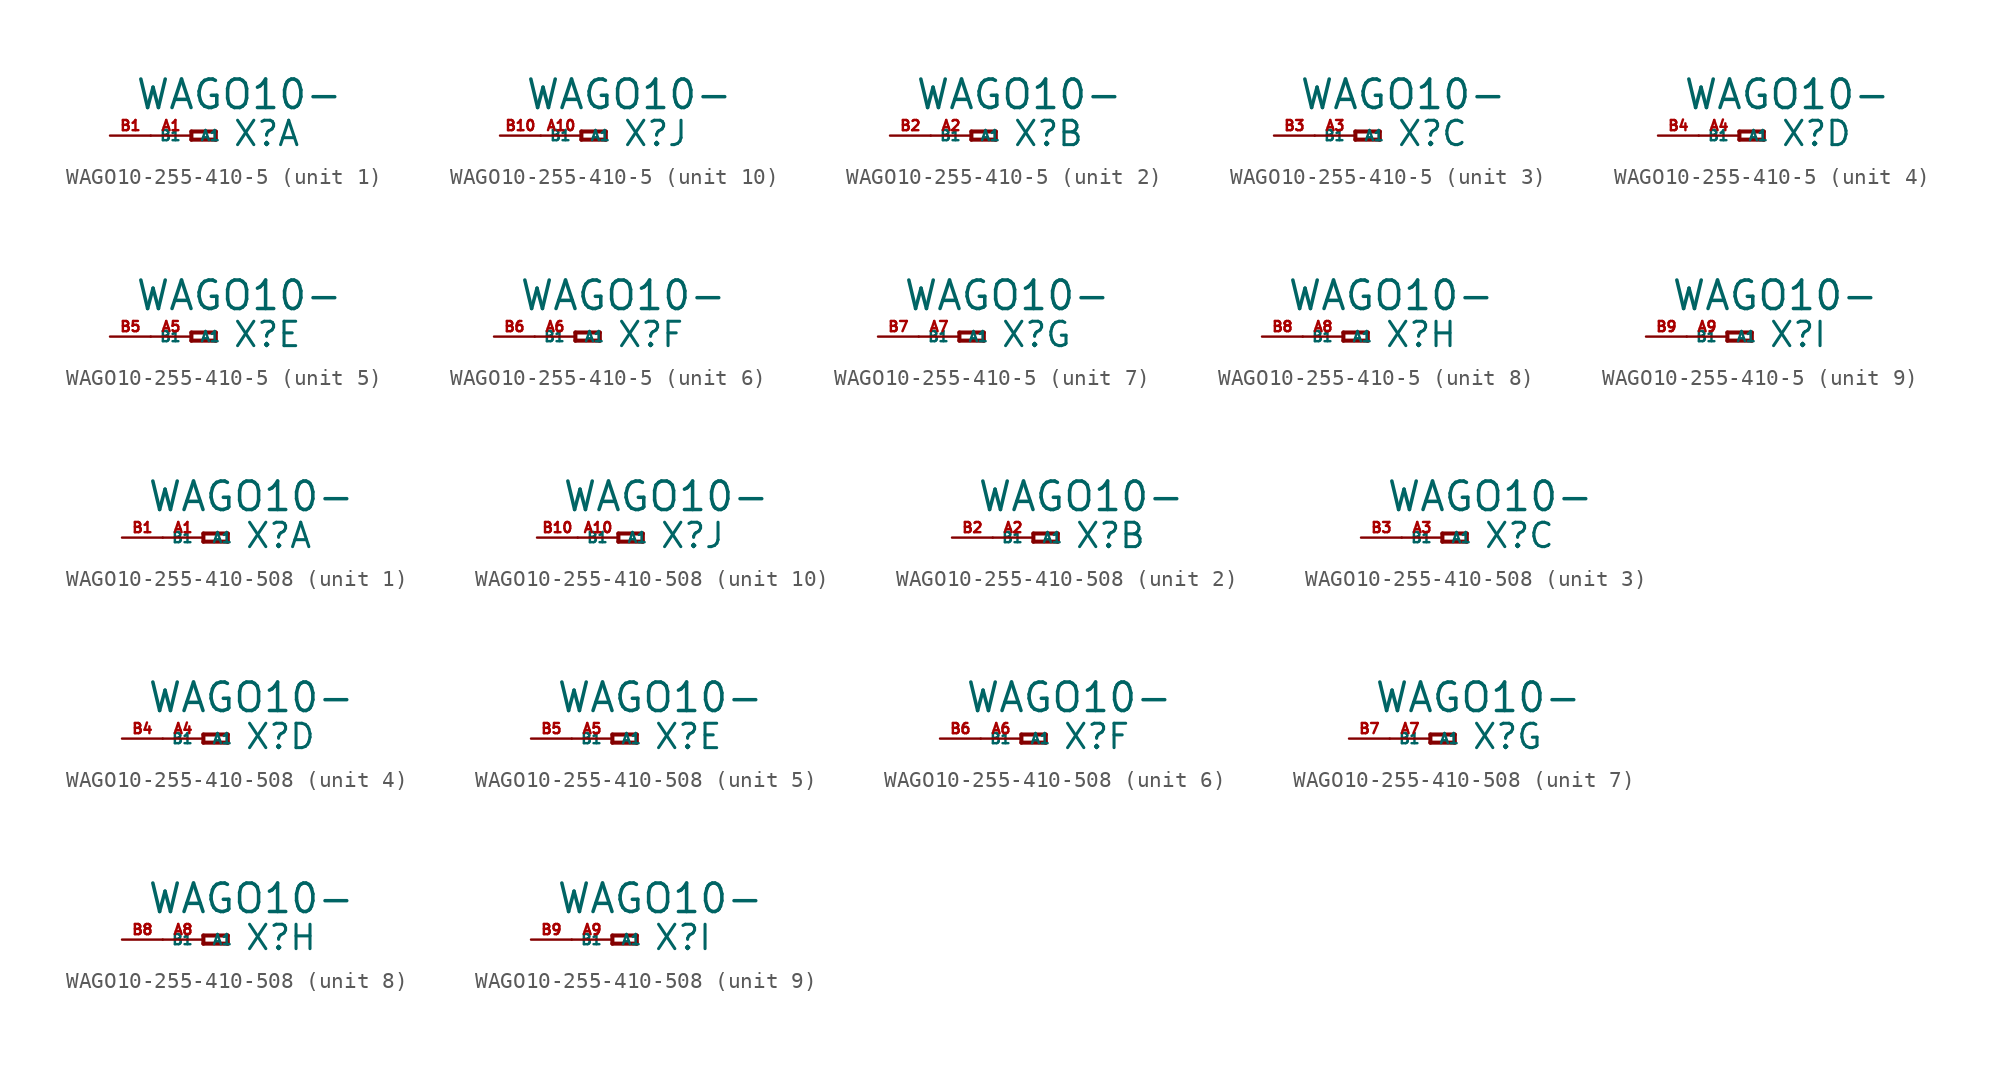
<source format=kicad_sym>
(kicad_symbol_lib
  (version 20220914)
  (generator Eagle2Kicad)
  (symbol "WAGO10-255-410-5"
    (property "Reference" "X"
      (at 2.54 -0.762 0)
      (effects (font (size 1.524 1.524) (thickness 0.19)) (justify left bottom)))
    (property "Value" "WAGO10-"
      (at -3.556 1.524 0)
      (effects (font (size 1.778 1.778) (thickness 0.22)) (justify left bottom)))
    (symbol "WAGO10-255-410-5_1_0"
      (polyline (pts (xy 0 0.254) (xy 0 -0.254)) (stroke (width 0.254) (type default)) (fill (type none)))
      (polyline (pts (xy 0 -0.254) (xy 1.524 -0.254)) (stroke (width 0.254) (type default)) (fill (type none)))
      (polyline (pts (xy 1.524 -0.254) (xy 1.524 0.254)) (stroke (width 0.254) (type default)) (fill (type none)))
      (polyline (pts (xy 1.524 0.254) (xy 0 0.254)) (stroke (width 0.254) (type default)) (fill (type none)))
      (pin passive line (at -2.54 0 0) (length 2.54) (name "A1" (effects (font (size 0.635 0.635) (thickness 0.08)) (justify left bottom))) (number "A1" (effects (font (size 0.635 0.635) (thickness 0.08)) (justify left bottom))))
      (pin passive line (at -5.08 0 0) (length 2.54) (name "B1" (effects (font (size 0.635 0.635) (thickness 0.08)) (justify left bottom))) (number "B1" (effects (font (size 0.635 0.635) (thickness 0.08)) (justify left bottom)))))
    (symbol "WAGO10-255-410-5_2_0"
      (polyline (pts (xy 0 0.254) (xy 0 -0.254)) (stroke (width 0.254) (type default)) (fill (type none)))
      (polyline (pts (xy 0 -0.254) (xy 1.524 -0.254)) (stroke (width 0.254) (type default)) (fill (type none)))
      (polyline (pts (xy 1.524 -0.254) (xy 1.524 0.254)) (stroke (width 0.254) (type default)) (fill (type none)))
      (polyline (pts (xy 1.524 0.254) (xy 0 0.254)) (stroke (width 0.254) (type default)) (fill (type none)))
      (pin passive line (at -2.54 0 0) (length 2.54) (name "A1" (effects (font (size 0.635 0.635) (thickness 0.08)) (justify left bottom))) (number "A2" (effects (font (size 0.635 0.635) (thickness 0.08)) (justify left bottom))))
      (pin passive line (at -5.08 0 0) (length 2.54) (name "B1" (effects (font (size 0.635 0.635) (thickness 0.08)) (justify left bottom))) (number "B2" (effects (font (size 0.635 0.635) (thickness 0.08)) (justify left bottom)))))
    (symbol "WAGO10-255-410-5_3_0"
      (polyline (pts (xy 0 0.254) (xy 0 -0.254)) (stroke (width 0.254) (type default)) (fill (type none)))
      (polyline (pts (xy 0 -0.254) (xy 1.524 -0.254)) (stroke (width 0.254) (type default)) (fill (type none)))
      (polyline (pts (xy 1.524 -0.254) (xy 1.524 0.254)) (stroke (width 0.254) (type default)) (fill (type none)))
      (polyline (pts (xy 1.524 0.254) (xy 0 0.254)) (stroke (width 0.254) (type default)) (fill (type none)))
      (pin passive line (at -2.54 0 0) (length 2.54) (name "A1" (effects (font (size 0.635 0.635) (thickness 0.08)) (justify left bottom))) (number "A3" (effects (font (size 0.635 0.635) (thickness 0.08)) (justify left bottom))))
      (pin passive line (at -5.08 0 0) (length 2.54) (name "B1" (effects (font (size 0.635 0.635) (thickness 0.08)) (justify left bottom))) (number "B3" (effects (font (size 0.635 0.635) (thickness 0.08)) (justify left bottom)))))
    (symbol "WAGO10-255-410-5_4_0"
      (polyline (pts (xy 0 0.254) (xy 0 -0.254)) (stroke (width 0.254) (type default)) (fill (type none)))
      (polyline (pts (xy 0 -0.254) (xy 1.524 -0.254)) (stroke (width 0.254) (type default)) (fill (type none)))
      (polyline (pts (xy 1.524 -0.254) (xy 1.524 0.254)) (stroke (width 0.254) (type default)) (fill (type none)))
      (polyline (pts (xy 1.524 0.254) (xy 0 0.254)) (stroke (width 0.254) (type default)) (fill (type none)))
      (pin passive line (at -2.54 0 0) (length 2.54) (name "A1" (effects (font (size 0.635 0.635) (thickness 0.08)) (justify left bottom))) (number "A4" (effects (font (size 0.635 0.635) (thickness 0.08)) (justify left bottom))))
      (pin passive line (at -5.08 0 0) (length 2.54) (name "B1" (effects (font (size 0.635 0.635) (thickness 0.08)) (justify left bottom))) (number "B4" (effects (font (size 0.635 0.635) (thickness 0.08)) (justify left bottom)))))
    (symbol "WAGO10-255-410-5_5_0"
      (polyline (pts (xy 0 0.254) (xy 0 -0.254)) (stroke (width 0.254) (type default)) (fill (type none)))
      (polyline (pts (xy 0 -0.254) (xy 1.524 -0.254)) (stroke (width 0.254) (type default)) (fill (type none)))
      (polyline (pts (xy 1.524 -0.254) (xy 1.524 0.254)) (stroke (width 0.254) (type default)) (fill (type none)))
      (polyline (pts (xy 1.524 0.254) (xy 0 0.254)) (stroke (width 0.254) (type default)) (fill (type none)))
      (pin passive line (at -2.54 0 0) (length 2.54) (name "A1" (effects (font (size 0.635 0.635) (thickness 0.08)) (justify left bottom))) (number "A5" (effects (font (size 0.635 0.635) (thickness 0.08)) (justify left bottom))))
      (pin passive line (at -5.08 0 0) (length 2.54) (name "B1" (effects (font (size 0.635 0.635) (thickness 0.08)) (justify left bottom))) (number "B5" (effects (font (size 0.635 0.635) (thickness 0.08)) (justify left bottom)))))
    (symbol "WAGO10-255-410-5_6_0"
      (polyline (pts (xy 0 0.254) (xy 0 -0.254)) (stroke (width 0.254) (type default)) (fill (type none)))
      (polyline (pts (xy 0 -0.254) (xy 1.524 -0.254)) (stroke (width 0.254) (type default)) (fill (type none)))
      (polyline (pts (xy 1.524 -0.254) (xy 1.524 0.254)) (stroke (width 0.254) (type default)) (fill (type none)))
      (polyline (pts (xy 1.524 0.254) (xy 0 0.254)) (stroke (width 0.254) (type default)) (fill (type none)))
      (pin passive line (at -2.54 0 0) (length 2.54) (name "A1" (effects (font (size 0.635 0.635) (thickness 0.08)) (justify left bottom))) (number "A6" (effects (font (size 0.635 0.635) (thickness 0.08)) (justify left bottom))))
      (pin passive line (at -5.08 0 0) (length 2.54) (name "B1" (effects (font (size 0.635 0.635) (thickness 0.08)) (justify left bottom))) (number "B6" (effects (font (size 0.635 0.635) (thickness 0.08)) (justify left bottom)))))
    (symbol "WAGO10-255-410-5_7_0"
      (polyline (pts (xy 0 0.254) (xy 0 -0.254)) (stroke (width 0.254) (type default)) (fill (type none)))
      (polyline (pts (xy 0 -0.254) (xy 1.524 -0.254)) (stroke (width 0.254) (type default)) (fill (type none)))
      (polyline (pts (xy 1.524 -0.254) (xy 1.524 0.254)) (stroke (width 0.254) (type default)) (fill (type none)))
      (polyline (pts (xy 1.524 0.254) (xy 0 0.254)) (stroke (width 0.254) (type default)) (fill (type none)))
      (pin passive line (at -2.54 0 0) (length 2.54) (name "A1" (effects (font (size 0.635 0.635) (thickness 0.08)) (justify left bottom))) (number "A7" (effects (font (size 0.635 0.635) (thickness 0.08)) (justify left bottom))))
      (pin passive line (at -5.08 0 0) (length 2.54) (name "B1" (effects (font (size 0.635 0.635) (thickness 0.08)) (justify left bottom))) (number "B7" (effects (font (size 0.635 0.635) (thickness 0.08)) (justify left bottom)))))
    (symbol "WAGO10-255-410-5_8_0"
      (polyline (pts (xy 0 0.254) (xy 0 -0.254)) (stroke (width 0.254) (type default)) (fill (type none)))
      (polyline (pts (xy 0 -0.254) (xy 1.524 -0.254)) (stroke (width 0.254) (type default)) (fill (type none)))
      (polyline (pts (xy 1.524 -0.254) (xy 1.524 0.254)) (stroke (width 0.254) (type default)) (fill (type none)))
      (polyline (pts (xy 1.524 0.254) (xy 0 0.254)) (stroke (width 0.254) (type default)) (fill (type none)))
      (pin passive line (at -2.54 0 0) (length 2.54) (name "A1" (effects (font (size 0.635 0.635) (thickness 0.08)) (justify left bottom))) (number "A8" (effects (font (size 0.635 0.635) (thickness 0.08)) (justify left bottom))))
      (pin passive line (at -5.08 0 0) (length 2.54) (name "B1" (effects (font (size 0.635 0.635) (thickness 0.08)) (justify left bottom))) (number "B8" (effects (font (size 0.635 0.635) (thickness 0.08)) (justify left bottom)))))
    (symbol "WAGO10-255-410-5_9_0"
      (polyline (pts (xy 0 0.254) (xy 0 -0.254)) (stroke (width 0.254) (type default)) (fill (type none)))
      (polyline (pts (xy 0 -0.254) (xy 1.524 -0.254)) (stroke (width 0.254) (type default)) (fill (type none)))
      (polyline (pts (xy 1.524 -0.254) (xy 1.524 0.254)) (stroke (width 0.254) (type default)) (fill (type none)))
      (polyline (pts (xy 1.524 0.254) (xy 0 0.254)) (stroke (width 0.254) (type default)) (fill (type none)))
      (pin passive line (at -2.54 0 0) (length 2.54) (name "A1" (effects (font (size 0.635 0.635) (thickness 0.08)) (justify left bottom))) (number "A9" (effects (font (size 0.635 0.635) (thickness 0.08)) (justify left bottom))))
      (pin passive line (at -5.08 0 0) (length 2.54) (name "B1" (effects (font (size 0.635 0.635) (thickness 0.08)) (justify left bottom))) (number "B9" (effects (font (size 0.635 0.635) (thickness 0.08)) (justify left bottom)))))
    (symbol "WAGO10-255-410-5_10_0"
      (polyline (pts (xy 0 0.254) (xy 0 -0.254)) (stroke (width 0.254) (type default)) (fill (type none)))
      (polyline (pts (xy 0 -0.254) (xy 1.524 -0.254)) (stroke (width 0.254) (type default)) (fill (type none)))
      (polyline (pts (xy 1.524 -0.254) (xy 1.524 0.254)) (stroke (width 0.254) (type default)) (fill (type none)))
      (polyline (pts (xy 1.524 0.254) (xy 0 0.254)) (stroke (width 0.254) (type default)) (fill (type none)))
      (pin passive line (at -2.54 0 0) (length 2.54) (name "A1" (effects (font (size 0.635 0.635) (thickness 0.08)) (justify left bottom))) (number "A10" (effects (font (size 0.635 0.635) (thickness 0.08)) (justify left bottom))))
      (pin passive line (at -5.08 0 0) (length 2.54) (name "B1" (effects (font (size 0.635 0.635) (thickness 0.08)) (justify left bottom))) (number "B10" (effects (font (size 0.635 0.635) (thickness 0.08)) (justify left bottom))))))
  (symbol "WAGO10-255-410-508"
    (property "Reference" "X"
      (at 2.54 -0.762 0)
      (effects (font (size 1.524 1.524) (thickness 0.19)) (justify left bottom)))
    (property "Value" "WAGO10-"
      (at -3.556 1.524 0)
      (effects (font (size 1.778 1.778) (thickness 0.22)) (justify left bottom)))
    (symbol "WAGO10-255-410-508_1_0"
      (polyline (pts (xy 0 0.254) (xy 0 -0.254)) (stroke (width 0.254) (type default)) (fill (type none)))
      (polyline (pts (xy 0 -0.254) (xy 1.524 -0.254)) (stroke (width 0.254) (type default)) (fill (type none)))
      (polyline (pts (xy 1.524 -0.254) (xy 1.524 0.254)) (stroke (width 0.254) (type default)) (fill (type none)))
      (polyline (pts (xy 1.524 0.254) (xy 0 0.254)) (stroke (width 0.254) (type default)) (fill (type none)))
      (pin passive line (at -2.54 0 0) (length 2.54) (name "A1" (effects (font (size 0.635 0.635) (thickness 0.08)) (justify left bottom))) (number "A1" (effects (font (size 0.635 0.635) (thickness 0.08)) (justify left bottom))))
      (pin passive line (at -5.08 0 0) (length 2.54) (name "B1" (effects (font (size 0.635 0.635) (thickness 0.08)) (justify left bottom))) (number "B1" (effects (font (size 0.635 0.635) (thickness 0.08)) (justify left bottom)))))
    (symbol "WAGO10-255-410-508_2_0"
      (polyline (pts (xy 0 0.254) (xy 0 -0.254)) (stroke (width 0.254) (type default)) (fill (type none)))
      (polyline (pts (xy 0 -0.254) (xy 1.524 -0.254)) (stroke (width 0.254) (type default)) (fill (type none)))
      (polyline (pts (xy 1.524 -0.254) (xy 1.524 0.254)) (stroke (width 0.254) (type default)) (fill (type none)))
      (polyline (pts (xy 1.524 0.254) (xy 0 0.254)) (stroke (width 0.254) (type default)) (fill (type none)))
      (pin passive line (at -2.54 0 0) (length 2.54) (name "A1" (effects (font (size 0.635 0.635) (thickness 0.08)) (justify left bottom))) (number "A2" (effects (font (size 0.635 0.635) (thickness 0.08)) (justify left bottom))))
      (pin passive line (at -5.08 0 0) (length 2.54) (name "B1" (effects (font (size 0.635 0.635) (thickness 0.08)) (justify left bottom))) (number "B2" (effects (font (size 0.635 0.635) (thickness 0.08)) (justify left bottom)))))
    (symbol "WAGO10-255-410-508_3_0"
      (polyline (pts (xy 0 0.254) (xy 0 -0.254)) (stroke (width 0.254) (type default)) (fill (type none)))
      (polyline (pts (xy 0 -0.254) (xy 1.524 -0.254)) (stroke (width 0.254) (type default)) (fill (type none)))
      (polyline (pts (xy 1.524 -0.254) (xy 1.524 0.254)) (stroke (width 0.254) (type default)) (fill (type none)))
      (polyline (pts (xy 1.524 0.254) (xy 0 0.254)) (stroke (width 0.254) (type default)) (fill (type none)))
      (pin passive line (at -2.54 0 0) (length 2.54) (name "A1" (effects (font (size 0.635 0.635) (thickness 0.08)) (justify left bottom))) (number "A3" (effects (font (size 0.635 0.635) (thickness 0.08)) (justify left bottom))))
      (pin passive line (at -5.08 0 0) (length 2.54) (name "B1" (effects (font (size 0.635 0.635) (thickness 0.08)) (justify left bottom))) (number "B3" (effects (font (size 0.635 0.635) (thickness 0.08)) (justify left bottom)))))
    (symbol "WAGO10-255-410-508_4_0"
      (polyline (pts (xy 0 0.254) (xy 0 -0.254)) (stroke (width 0.254) (type default)) (fill (type none)))
      (polyline (pts (xy 0 -0.254) (xy 1.524 -0.254)) (stroke (width 0.254) (type default)) (fill (type none)))
      (polyline (pts (xy 1.524 -0.254) (xy 1.524 0.254)) (stroke (width 0.254) (type default)) (fill (type none)))
      (polyline (pts (xy 1.524 0.254) (xy 0 0.254)) (stroke (width 0.254) (type default)) (fill (type none)))
      (pin passive line (at -2.54 0 0) (length 2.54) (name "A1" (effects (font (size 0.635 0.635) (thickness 0.08)) (justify left bottom))) (number "A4" (effects (font (size 0.635 0.635) (thickness 0.08)) (justify left bottom))))
      (pin passive line (at -5.08 0 0) (length 2.54) (name "B1" (effects (font (size 0.635 0.635) (thickness 0.08)) (justify left bottom))) (number "B4" (effects (font (size 0.635 0.635) (thickness 0.08)) (justify left bottom)))))
    (symbol "WAGO10-255-410-508_5_0"
      (polyline (pts (xy 0 0.254) (xy 0 -0.254)) (stroke (width 0.254) (type default)) (fill (type none)))
      (polyline (pts (xy 0 -0.254) (xy 1.524 -0.254)) (stroke (width 0.254) (type default)) (fill (type none)))
      (polyline (pts (xy 1.524 -0.254) (xy 1.524 0.254)) (stroke (width 0.254) (type default)) (fill (type none)))
      (polyline (pts (xy 1.524 0.254) (xy 0 0.254)) (stroke (width 0.254) (type default)) (fill (type none)))
      (pin passive line (at -2.54 0 0) (length 2.54) (name "A1" (effects (font (size 0.635 0.635) (thickness 0.08)) (justify left bottom))) (number "A5" (effects (font (size 0.635 0.635) (thickness 0.08)) (justify left bottom))))
      (pin passive line (at -5.08 0 0) (length 2.54) (name "B1" (effects (font (size 0.635 0.635) (thickness 0.08)) (justify left bottom))) (number "B5" (effects (font (size 0.635 0.635) (thickness 0.08)) (justify left bottom)))))
    (symbol "WAGO10-255-410-508_6_0"
      (polyline (pts (xy 0 0.254) (xy 0 -0.254)) (stroke (width 0.254) (type default)) (fill (type none)))
      (polyline (pts (xy 0 -0.254) (xy 1.524 -0.254)) (stroke (width 0.254) (type default)) (fill (type none)))
      (polyline (pts (xy 1.524 -0.254) (xy 1.524 0.254)) (stroke (width 0.254) (type default)) (fill (type none)))
      (polyline (pts (xy 1.524 0.254) (xy 0 0.254)) (stroke (width 0.254) (type default)) (fill (type none)))
      (pin passive line (at -2.54 0 0) (length 2.54) (name "A1" (effects (font (size 0.635 0.635) (thickness 0.08)) (justify left bottom))) (number "A6" (effects (font (size 0.635 0.635) (thickness 0.08)) (justify left bottom))))
      (pin passive line (at -5.08 0 0) (length 2.54) (name "B1" (effects (font (size 0.635 0.635) (thickness 0.08)) (justify left bottom))) (number "B6" (effects (font (size 0.635 0.635) (thickness 0.08)) (justify left bottom)))))
    (symbol "WAGO10-255-410-508_7_0"
      (polyline (pts (xy 0 0.254) (xy 0 -0.254)) (stroke (width 0.254) (type default)) (fill (type none)))
      (polyline (pts (xy 0 -0.254) (xy 1.524 -0.254)) (stroke (width 0.254) (type default)) (fill (type none)))
      (polyline (pts (xy 1.524 -0.254) (xy 1.524 0.254)) (stroke (width 0.254) (type default)) (fill (type none)))
      (polyline (pts (xy 1.524 0.254) (xy 0 0.254)) (stroke (width 0.254) (type default)) (fill (type none)))
      (pin passive line (at -2.54 0 0) (length 2.54) (name "A1" (effects (font (size 0.635 0.635) (thickness 0.08)) (justify left bottom))) (number "A7" (effects (font (size 0.635 0.635) (thickness 0.08)) (justify left bottom))))
      (pin passive line (at -5.08 0 0) (length 2.54) (name "B1" (effects (font (size 0.635 0.635) (thickness 0.08)) (justify left bottom))) (number "B7" (effects (font (size 0.635 0.635) (thickness 0.08)) (justify left bottom)))))
    (symbol "WAGO10-255-410-508_8_0"
      (polyline (pts (xy 0 0.254) (xy 0 -0.254)) (stroke (width 0.254) (type default)) (fill (type none)))
      (polyline (pts (xy 0 -0.254) (xy 1.524 -0.254)) (stroke (width 0.254) (type default)) (fill (type none)))
      (polyline (pts (xy 1.524 -0.254) (xy 1.524 0.254)) (stroke (width 0.254) (type default)) (fill (type none)))
      (polyline (pts (xy 1.524 0.254) (xy 0 0.254)) (stroke (width 0.254) (type default)) (fill (type none)))
      (pin passive line (at -2.54 0 0) (length 2.54) (name "A1" (effects (font (size 0.635 0.635) (thickness 0.08)) (justify left bottom))) (number "A8" (effects (font (size 0.635 0.635) (thickness 0.08)) (justify left bottom))))
      (pin passive line (at -5.08 0 0) (length 2.54) (name "B1" (effects (font (size 0.635 0.635) (thickness 0.08)) (justify left bottom))) (number "B8" (effects (font (size 0.635 0.635) (thickness 0.08)) (justify left bottom)))))
    (symbol "WAGO10-255-410-508_9_0"
      (polyline (pts (xy 0 0.254) (xy 0 -0.254)) (stroke (width 0.254) (type default)) (fill (type none)))
      (polyline (pts (xy 0 -0.254) (xy 1.524 -0.254)) (stroke (width 0.254) (type default)) (fill (type none)))
      (polyline (pts (xy 1.524 -0.254) (xy 1.524 0.254)) (stroke (width 0.254) (type default)) (fill (type none)))
      (polyline (pts (xy 1.524 0.254) (xy 0 0.254)) (stroke (width 0.254) (type default)) (fill (type none)))
      (pin passive line (at -2.54 0 0) (length 2.54) (name "A1" (effects (font (size 0.635 0.635) (thickness 0.08)) (justify left bottom))) (number "A9" (effects (font (size 0.635 0.635) (thickness 0.08)) (justify left bottom))))
      (pin passive line (at -5.08 0 0) (length 2.54) (name "B1" (effects (font (size 0.635 0.635) (thickness 0.08)) (justify left bottom))) (number "B9" (effects (font (size 0.635 0.635) (thickness 0.08)) (justify left bottom)))))
    (symbol "WAGO10-255-410-508_10_0"
      (polyline (pts (xy 0 0.254) (xy 0 -0.254)) (stroke (width 0.254) (type default)) (fill (type none)))
      (polyline (pts (xy 0 -0.254) (xy 1.524 -0.254)) (stroke (width 0.254) (type default)) (fill (type none)))
      (polyline (pts (xy 1.524 -0.254) (xy 1.524 0.254)) (stroke (width 0.254) (type default)) (fill (type none)))
      (polyline (pts (xy 1.524 0.254) (xy 0 0.254)) (stroke (width 0.254) (type default)) (fill (type none)))
      (pin passive line (at -2.54 0 0) (length 2.54) (name "A1" (effects (font (size 0.635 0.635) (thickness 0.08)) (justify left bottom))) (number "A10" (effects (font (size 0.635 0.635) (thickness 0.08)) (justify left bottom))))
      (pin passive line (at -5.08 0 0) (length 2.54) (name "B1" (effects (font (size 0.635 0.635) (thickness 0.08)) (justify left bottom))) (number "B10" (effects (font (size 0.635 0.635) (thickness 0.08)) (justify left bottom)))))))
</source>
